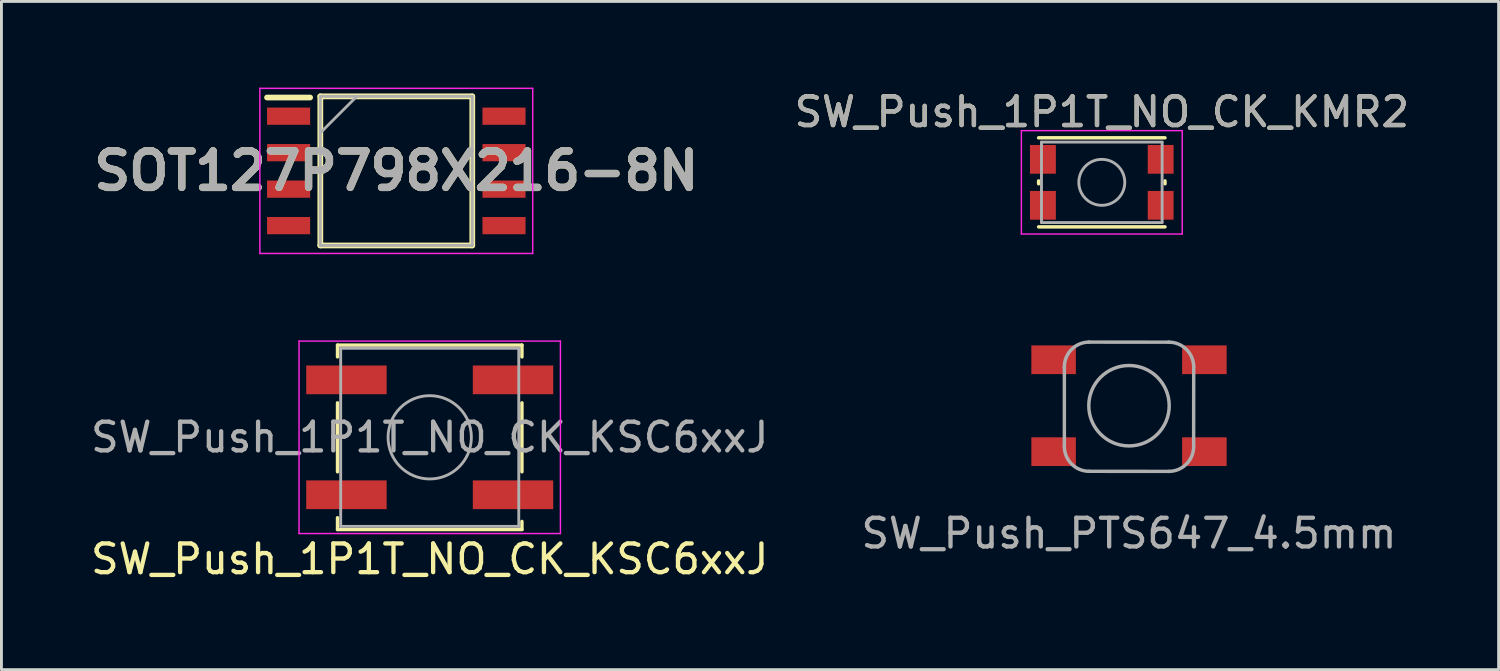
<source format=kicad_pcb>
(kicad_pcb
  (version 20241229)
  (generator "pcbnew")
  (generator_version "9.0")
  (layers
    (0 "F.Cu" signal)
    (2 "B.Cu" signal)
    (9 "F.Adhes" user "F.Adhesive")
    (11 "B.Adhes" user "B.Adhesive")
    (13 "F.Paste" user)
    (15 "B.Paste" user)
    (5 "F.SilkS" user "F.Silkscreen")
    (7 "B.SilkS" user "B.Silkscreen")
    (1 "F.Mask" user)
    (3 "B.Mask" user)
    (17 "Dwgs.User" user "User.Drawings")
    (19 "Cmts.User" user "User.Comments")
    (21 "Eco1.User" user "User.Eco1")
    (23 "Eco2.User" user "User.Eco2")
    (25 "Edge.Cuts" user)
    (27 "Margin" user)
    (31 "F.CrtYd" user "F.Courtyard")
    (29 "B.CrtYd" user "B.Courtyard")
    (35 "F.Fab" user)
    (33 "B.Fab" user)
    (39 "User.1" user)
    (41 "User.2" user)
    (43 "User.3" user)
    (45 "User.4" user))
  (footprint "SW_Push_1P1T_NO_CK_KSC6xxJ"
    (layer "F.Cu")
    (at 11.911 12.175)
    (property "Reference" "SW_Push_1P1T_NO_CK_KSC6xxJ" (at 0 4.24 0) (layer "F.SilkS") (effects (font (size 1 1) (thickness 0.15))))
    (attr smd)
    (fp_line (start -3.21 -3.21) (end -3.21 -2.8) (stroke (width 0.12) (type solid)) (layer "F.SilkS"))
    (fp_line (start -3.21 -1.2) (end -3.21 1.2) (stroke (width 0.12) (type solid)) (layer "F.SilkS"))
    (fp_line (start -3.21 2.8) (end -3.21 3.21) (stroke (width 0.12) (type solid)) (layer "F.SilkS"))
    (fp_line (start -3.21 3.21) (end 3.21 3.21) (stroke (width 0.12) (type solid)) (layer "F.SilkS"))
    (fp_line (start 3.21 -3.21) (end -3.21 -3.21) (stroke (width 0.12) (type solid)) (layer "F.SilkS"))
    (fp_line (start 3.21 -2.8) (end 3.21 -3.21) (stroke (width 0.12) (type solid)) (layer "F.SilkS"))
    (fp_line (start 3.21 1.2) (end 3.21 -1.2) (stroke (width 0.12) (type solid)) (layer "F.SilkS"))
    (fp_line (start 3.21 3.21) (end 3.21 2.93) (stroke (width 0.12) (type solid)) (layer "F.SilkS"))
    (fp_line (start -4.55 -3.35) (end 4.55 -3.35) (stroke (width 0.05) (type solid)) (layer "F.CrtYd"))
    (fp_line (start -4.55 3.35) (end -4.55 -3.35) (stroke (width 0.05) (type solid)) (layer "F.CrtYd"))
    (fp_line (start 4.55 -3.35) (end 4.55 3.35) (stroke (width 0.05) (type solid)) (layer "F.CrtYd"))
    (fp_line (start 4.55 3.35) (end -4.55 3.35) (stroke (width 0.05) (type solid)) (layer "F.CrtYd"))
    (fp_line (start -3.1 -3.1) (end 3.1 -3.1) (stroke (width 0.1) (type solid)) (layer "F.Fab"))
    (fp_line (start -3.1 3.1) (end -3.1 -3.1) (stroke (width 0.1) (type solid)) (layer "F.Fab"))
    (fp_line (start 3.1 -3.1) (end 3.1 3.1) (stroke (width 0.1) (type solid)) (layer "F.Fab"))
    (fp_line (start 3.1 3.1) (end -3.1 3.1) (stroke (width 0.1) (type solid)) (layer "F.Fab"))
    (fp_circle (center 0 0) (end 1.45 0) (stroke (width 0.1) (type solid)) (fill no) (layer "F.Fab"))
    (fp_text user "${REFERENCE}" (at 0 0 0) (layer "F.Fab") (effects (font (size 1 1) (thickness 0.15))))
    (pad "1" smd rect (at -2.9 -2) (size 2.8 1) (layers "F.Cu" "F.Mask" "F.Paste"))
    (pad "1" smd rect (at 2.9 -2) (size 2.8 1) (layers "F.Cu" "F.Mask" "F.Paste"))
    (pad "2" smd rect (at -2.9 2) (size 2.8 1) (layers "F.Cu" "F.Mask" "F.Paste"))
    (pad "2" smd rect (at 2.9 2) (size 2.8 1) (layers "F.Cu" "F.Mask" "F.Paste")))
  (footprint "SW_Push_1P1T_NO_CK_KMR2"
    (layer "F.Cu")
    (at 35.309 3.298)
    (property "Reference" "SW_Push_1P1T_NO_CK_KMR2" (at 0 -2.45 0) (layer "F.SilkS") (effects (font (size 1 1) (thickness 0.15))))
    (attr smd)
    (fp_line (start -2.2 0.05) (end -2.2 -0.05) (stroke (width 0.12) (type solid)) (layer "F.SilkS"))
    (fp_line (start -2.2 1.55) (end 2.2 1.55) (stroke (width 0.12) (type solid)) (layer "F.SilkS"))
    (fp_line (start 2.2 -1.55) (end -2.2 -1.55) (stroke (width 0.12) (type solid)) (layer "F.SilkS"))
    (fp_line (start 2.2 0.05) (end 2.2 -0.05) (stroke (width 0.12) (type solid)) (layer "F.SilkS"))
    (fp_line (start -2.8 -1.8) (end 2.8 -1.8) (stroke (width 0.05) (type solid)) (layer "F.CrtYd"))
    (fp_line (start -2.8 1.8) (end -2.8 -1.8) (stroke (width 0.05) (type solid)) (layer "F.CrtYd"))
    (fp_line (start 2.8 -1.8) (end 2.8 1.8) (stroke (width 0.05) (type solid)) (layer "F.CrtYd"))
    (fp_line (start 2.8 1.8) (end -2.8 1.8) (stroke (width 0.05) (type solid)) (layer "F.CrtYd"))
    (fp_line (start -2.1 -1.4) (end 2.1 -1.4) (stroke (width 0.1) (type solid)) (layer "F.Fab"))
    (fp_line (start -2.1 1.4) (end -2.1 -1.4) (stroke (width 0.1) (type solid)) (layer "F.Fab"))
    (fp_line (start 2.1 -1.4) (end 2.1 1.4) (stroke (width 0.1) (type solid)) (layer "F.Fab"))
    (fp_line (start 2.1 1.4) (end -2.1 1.4) (stroke (width 0.1) (type solid)) (layer "F.Fab"))
    (fp_circle (center 0 0) (end 0 0.8) (stroke (width 0.1) (type solid)) (fill no) (layer "F.Fab"))
    (fp_text user "${REFERENCE}" (at 0 -2.45 0) (layer "F.Fab") (effects (font (size 1 1) (thickness 0.15))))
    (pad "1" smd rect (at -2.05 -0.8) (size 0.9 1) (layers "F.Cu" "F.Mask" "F.Paste"))
    (pad "1" smd rect (at 2.05 -0.8) (size 0.9 1) (layers "F.Cu" "F.Mask" "F.Paste"))
    (pad "2" smd rect (at -2.05 0.8) (size 0.9 1) (layers "F.Cu" "F.Mask" "F.Paste"))
    (pad "2" smd rect (at 2.05 0.8) (size 0.9 1) (layers "F.Cu" "F.Mask" "F.Paste")))
  (footprint "SOT127P798X216-8N"
    (layer "F.Cu")
    (at 10.747 2.9)
    (property "Reference" "SOT127P798X216-8N" (at 0 0 0) (layer "F.SilkS") (effects (font (size 1.27 1.27) (thickness 0.254))))
    (attr smd)
    (fp_line (start -4.5 -2.555) (end -3 -2.555) (stroke (width 0.2) (type solid)) (layer "F.SilkS"))
    (fp_line (start -2.645 -2.595) (end 2.645 -2.595) (stroke (width 0.2) (type solid)) (layer "F.SilkS"))
    (fp_line (start -2.645 2.595) (end -2.645 -2.595) (stroke (width 0.2) (type solid)) (layer "F.SilkS"))
    (fp_line (start 2.645 -2.595) (end 2.645 2.595) (stroke (width 0.2) (type solid)) (layer "F.SilkS"))
    (fp_line (start 2.645 2.595) (end -2.645 2.595) (stroke (width 0.2) (type solid)) (layer "F.SilkS"))
    (fp_line (start -4.75 -2.875) (end 4.75 -2.875) (stroke (width 0.05) (type solid)) (layer "F.CrtYd"))
    (fp_line (start -4.75 2.875) (end -4.75 -2.875) (stroke (width 0.05) (type solid)) (layer "F.CrtYd"))
    (fp_line (start 4.75 -2.875) (end 4.75 2.875) (stroke (width 0.05) (type solid)) (layer "F.CrtYd"))
    (fp_line (start 4.75 2.875) (end -4.75 2.875) (stroke (width 0.05) (type solid)) (layer "F.CrtYd"))
    (fp_line (start -2.645 -2.595) (end 2.645 -2.595) (stroke (width 0.1) (type solid)) (layer "F.Fab"))
    (fp_line (start -2.645 -1.325) (end -1.375 -2.595) (stroke (width 0.1) (type solid)) (layer "F.Fab"))
    (fp_line (start -2.645 2.595) (end -2.645 -2.595) (stroke (width 0.1) (type solid)) (layer "F.Fab"))
    (fp_line (start 2.645 -2.595) (end 2.645 2.595) (stroke (width 0.1) (type solid)) (layer "F.Fab"))
    (fp_line (start 2.645 2.595) (end -2.645 2.595) (stroke (width 0.1) (type solid)) (layer "F.Fab"))
    (fp_text user "${REFERENCE}" (at 0 0 0) (layer "F.Fab") (effects (font (size 1.27 1.27) (thickness 0.254))))
    (pad "1" smd rect (at -3.75 -1.905 90) (size 0.6 1.5) (layers "F.Cu" "F.Mask" "F.Paste"))
    (pad "2" smd rect (at -3.75 -0.635 90) (size 0.6 1.5) (layers "F.Cu" "F.Mask" "F.Paste"))
    (pad "3" smd rect (at -3.75 0.635 90) (size 0.6 1.5) (layers "F.Cu" "F.Mask" "F.Paste"))
    (pad "4" smd rect (at -3.75 1.905 90) (size 0.6 1.5) (layers "F.Cu" "F.Mask" "F.Paste"))
    (pad "5" smd rect (at 3.75 1.905 90) (size 0.6 1.5) (layers "F.Cu" "F.Mask" "F.Paste"))
    (pad "6" smd rect (at 3.75 0.635 90) (size 0.6 1.5) (layers "F.Cu" "F.Mask" "F.Paste"))
    (pad "7" smd rect (at 3.75 -0.635 90) (size 0.6 1.5) (layers "F.Cu" "F.Mask" "F.Paste"))
    (pad "8" smd rect (at 3.75 -1.905 90) (size 0.6 1.5) (layers "F.Cu" "F.Mask" "F.Paste")))
  (footprint "SW_Push_PTS647_4.5mm"
    (layer "F.Cu")
    (at 36.256 11.075)
    (property "Reference" "SW_Push_PTS647_4.5mm" (at 0 4.445 0) (layer "F.Fab") (effects (font (size 1 1) (thickness 0.15))))
    (attr through_hole)
    (fp_line (start -2.25 1.42) (end -2.25 -1.351) (stroke (width 0.12) (type solid)) (layer "F.Fab"))
    (fp_line (start -1.387 -2.215) (end 1.389 -2.212) (stroke (width 0.12) (type solid)) (layer "F.Fab"))
    (fp_line (start -1.387 2.283) (end 1.387 2.286) (stroke (width 0.12) (type solid)) (layer "F.Fab"))
    (fp_line (start 2.25 1.422) (end 2.253 -1.349) (stroke (width 0.12) (type solid)) (layer "F.Fab"))
    (fp_arc (start -2.25044 -1.35128) (mid -1.997497 -1.961937) (end -1.38684 -2.21488) (stroke (width 0.12) (type solid)) (layer "F.Fab"))
    (fp_arc (start -1.38684 2.28346) (mid -1.997497 2.030517) (end -2.25044 1.41986) (stroke (width 0.12) (type solid)) (layer "F.Fab"))
    (fp_arc (start 1.38938 -2.21234) (mid 2.000037 -1.959397) (end 2.25298 -1.34874) (stroke (width 0.12) (type solid)) (layer "F.Fab"))
    (fp_arc (start 2.25044 1.4224) (mid 1.997497 2.033057) (end 1.38684 2.286) (stroke (width 0.12) (type solid)) (layer "F.Fab"))
    (fp_circle (center 0 0) (end 1.4 0) (stroke (width 0.12) (type solid)) (fill no) (layer "F.Fab"))
    (pad "1" smd rect (at -2.625 -1.6) (size 1.55 1) (layers "F.Cu" "F.Mask" "F.Paste"))
    (pad "2" smd rect (at 2.625 -1.6) (size 1.55 1) (layers "F.Cu" "F.Mask" "F.Paste"))
    (pad "3" smd rect (at -2.625 1.6) (size 1.55 1) (layers "F.Cu" "F.Mask" "F.Paste"))
    (pad "4" smd rect (at 2.625 1.6) (size 1.55 1) (layers "F.Cu" "F.Mask" "F.Paste")))
  (gr_rect
    (start -3 -3)
    (end 49.124 20.263)
    (stroke (width 0.1) (type default))
    (fill no)
    (layer "Edge.Cuts")))
</source>
